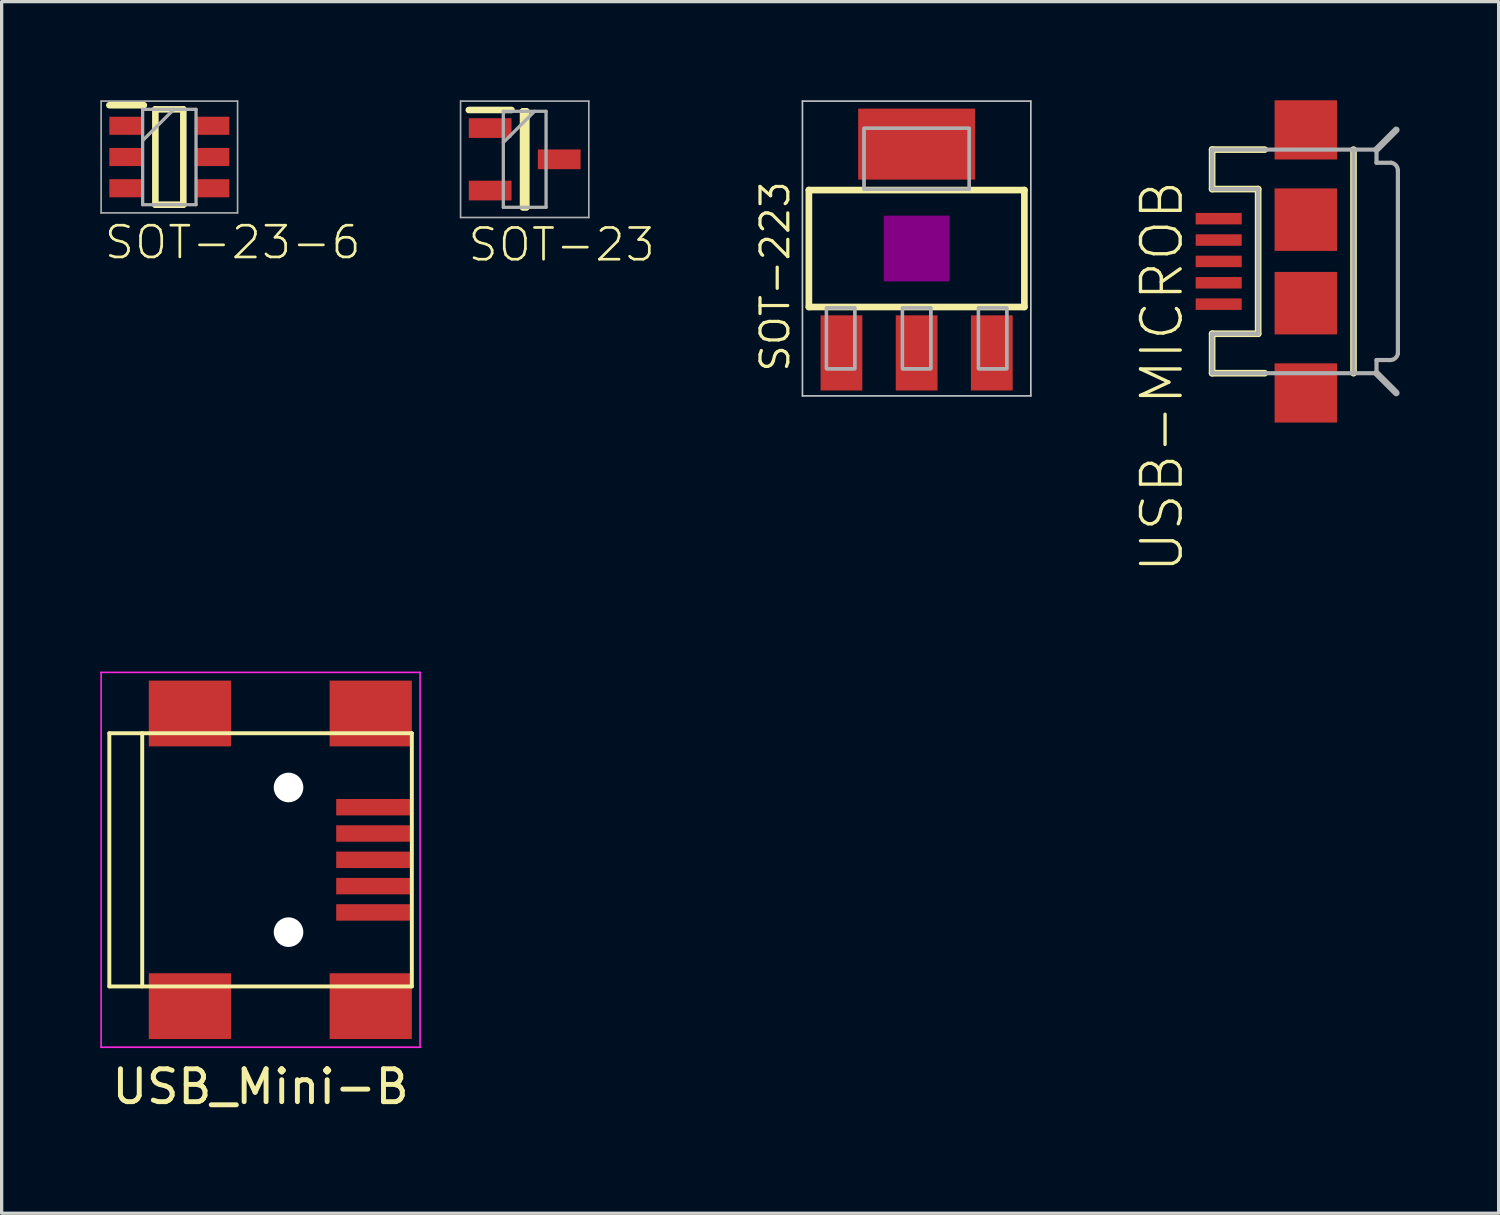
<source format=kicad_pcb>
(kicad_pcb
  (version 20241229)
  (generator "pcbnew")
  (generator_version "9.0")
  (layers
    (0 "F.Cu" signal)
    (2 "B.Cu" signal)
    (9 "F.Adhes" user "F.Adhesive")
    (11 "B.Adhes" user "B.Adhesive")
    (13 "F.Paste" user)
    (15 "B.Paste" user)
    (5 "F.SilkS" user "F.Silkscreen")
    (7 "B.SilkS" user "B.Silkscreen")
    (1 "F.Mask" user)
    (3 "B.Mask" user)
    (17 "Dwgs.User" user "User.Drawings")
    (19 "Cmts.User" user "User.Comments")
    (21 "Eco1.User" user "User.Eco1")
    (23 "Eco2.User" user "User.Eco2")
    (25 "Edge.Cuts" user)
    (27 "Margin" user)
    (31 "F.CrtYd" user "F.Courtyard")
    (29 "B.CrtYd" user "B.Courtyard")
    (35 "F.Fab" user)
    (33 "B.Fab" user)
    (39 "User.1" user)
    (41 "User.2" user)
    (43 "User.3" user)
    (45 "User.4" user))
  (footprint "SOT-223"
    (layer "F.Cu")
    (at 24.827 4.508)
    (property "Reference" "SOT-223" (at -3.81 3.81 90) (layer "F.SilkS") (effects (font (size 0.845 0.845) (thickness 0.098)) (justify left bottom)))
    (attr through_hole)
    (fp_line (start -3.277 -1.778) (end 3.277 -1.778) (stroke (width 0.203) (type solid)) (layer "F.SilkS"))
    (fp_line (start -3.277 1.778) (end -3.277 -1.778) (stroke (width 0.203) (type solid)) (layer "F.SilkS"))
    (fp_line (start 3.277 -1.778) (end 3.277 1.778) (stroke (width 0.203) (type solid)) (layer "F.SilkS"))
    (fp_line (start 3.277 1.778) (end -3.277 1.778) (stroke (width 0.203) (type solid)) (layer "F.SilkS"))
    (fp_poly (pts (xy -1 1) (xy 1 1) (xy 1 -1) (xy -1 -1)) (stroke (width 0) (type solid)) (fill yes) (layer "F.Adhes"))
    (fp_line (start -3.473 -4.483) (end 3.473 -4.483) (stroke (width 0.051) (type solid)) (layer "Dwgs.User"))
    (fp_line (start -3.473 4.483) (end -3.473 -4.483) (stroke (width 0.051) (type solid)) (layer "Dwgs.User"))
    (fp_line (start 3.473 -4.483) (end 3.473 4.483) (stroke (width 0.051) (type solid)) (layer "Dwgs.User"))
    (fp_line (start 3.473 4.483) (end -3.473 4.483) (stroke (width 0.051) (type solid)) (layer "Dwgs.User"))
    (fp_poly (pts (xy -2.743 3.658) (xy -1.88 3.658) (xy -1.88 1.803) (xy -2.743 1.803)) (stroke (width 0.1) (type solid)) (fill no) (layer "F.Fab"))
    (fp_poly (pts (xy -2.743 3.658) (xy -1.88 3.658) (xy -1.88 1.803) (xy -2.743 1.803)) (stroke (width 0.1) (type solid)) (fill no) (layer "F.Fab"))
    (fp_poly (pts (xy -1.6 -1.803) (xy 1.6 -1.803) (xy 1.6 -3.658) (xy -1.6 -3.658)) (stroke (width 0.1) (type solid)) (fill no) (layer "F.Fab"))
    (fp_poly (pts (xy -1.6 -1.803) (xy 1.6 -1.803) (xy 1.6 -3.658) (xy -1.6 -3.658)) (stroke (width 0.1) (type solid)) (fill no) (layer "F.Fab"))
    (fp_poly (pts (xy -0.432 3.658) (xy 0.432 3.658) (xy 0.432 1.803) (xy -0.432 1.803)) (stroke (width 0.1) (type solid)) (fill no) (layer "F.Fab"))
    (fp_poly (pts (xy -0.432 3.658) (xy 0.432 3.658) (xy 0.432 1.803) (xy -0.432 1.803)) (stroke (width 0.1) (type solid)) (fill no) (layer "F.Fab"))
    (fp_poly (pts (xy 1.88 3.658) (xy 2.743 3.658) (xy 2.743 1.803) (xy 1.88 1.803)) (stroke (width 0.1) (type solid)) (fill no) (layer "F.Fab"))
    (fp_poly (pts (xy 1.88 3.658) (xy 2.743 3.658) (xy 2.743 1.803) (xy 1.88 1.803)) (stroke (width 0.1) (type solid)) (fill no) (layer "F.Fab"))
    (pad "1" smd rect (at -2.286 3.175) (size 1.27 2.286) (layers "F.Cu" "F.Mask" "F.Paste"))
    (pad "2" smd rect (at 0 3.175) (size 1.27 2.286) (layers "F.Cu" "F.Mask" "F.Paste"))
    (pad "3" smd rect (at 2.286 3.175) (size 1.27 2.286) (layers "F.Cu" "F.Mask" "F.Paste"))
    (pad "TER" smd rect (at 0 -3.175) (size 3.556 2.159) (layers "F.Cu" "F.Mask" "F.Paste")))
  (footprint "SOT-23"
    (layer "F.Cu")
    (at 12.907 1.795)
    (property "Reference" "SOT-23" (at -1.778 2.032 0) (layer "F.SilkS") (effects (font (size 0.965 0.965) (thickness 0.081)) (justify left top)))
    (attr through_hole)
    (fp_line (start -1.7 -1.5) (end -0.4 -1.5) (stroke (width 0.2) (type solid)) (layer "F.SilkS"))
    (fp_line (start -0.05 -1.46) (end 0.05 -1.46) (stroke (width 0.2) (type solid)) (layer "F.SilkS"))
    (fp_line (start -0.05 1.46) (end -0.05 -1.46) (stroke (width 0.2) (type solid)) (layer "F.SilkS"))
    (fp_line (start 0.05 -1.46) (end 0.05 1.46) (stroke (width 0.2) (type solid)) (layer "F.SilkS"))
    (fp_line (start 0.05 1.46) (end -0.05 1.46) (stroke (width 0.2) (type solid)) (layer "F.SilkS"))
    (fp_line (start -1.95 -1.77) (end 1.95 -1.77) (stroke (width 0.05) (type solid)) (layer "F.Fab"))
    (fp_line (start -1.95 1.77) (end -1.95 -1.77) (stroke (width 0.05) (type solid)) (layer "F.Fab"))
    (fp_line (start -0.65 -1.46) (end 0.65 -1.46) (stroke (width 0.1) (type solid)) (layer "F.Fab"))
    (fp_line (start -0.65 -0.51) (end 0.3 -1.46) (stroke (width 0.1) (type solid)) (layer "F.Fab"))
    (fp_line (start -0.65 1.46) (end -0.65 -1.46) (stroke (width 0.1) (type solid)) (layer "F.Fab"))
    (fp_line (start 0.65 -1.46) (end 0.65 1.46) (stroke (width 0.1) (type solid)) (layer "F.Fab"))
    (fp_line (start 0.65 1.46) (end -0.65 1.46) (stroke (width 0.1) (type solid)) (layer "F.Fab"))
    (fp_line (start 1.95 -1.77) (end 1.95 1.77) (stroke (width 0.05) (type solid)) (layer "F.Fab"))
    (fp_line (start 1.95 1.77) (end -1.95 1.77) (stroke (width 0.05) (type solid)) (layer "F.Fab"))
    (pad "1" smd rect (at -1.05 -0.95) (size 1.3 0.6) (layers "F.Cu" "F.Mask" "F.Paste"))
    (pad "2" smd rect (at -1.05 0.95) (size 1.3 0.6) (layers "F.Cu" "F.Mask" "F.Paste"))
    (pad "3" smd rect (at 1.05 0) (size 1.3 0.6) (layers "F.Cu" "F.Mask" "F.Paste")))
  (footprint "USB_Mini-B"
    (layer "F.Cu")
    (at 5.525 23.099)
    (property "Reference" "USB_Mini-B" (at -0.65 6.9 0) (layer "F.SilkS") (effects (font (size 1 1) (thickness 0.15))))
    (attr smd)
    (fp_line (start -5.25 -3.85) (end -5.25 3.85) (stroke (width 0.12) (type solid)) (layer "F.SilkS"))
    (fp_line (start -5.25 3.85) (end 3.95 3.85) (stroke (width 0.12) (type solid)) (layer "F.SilkS"))
    (fp_line (start -4.25 -3.85) (end -4.25 3.85) (stroke (width 0.12) (type solid)) (layer "F.SilkS"))
    (fp_line (start 3.95 -3.85) (end -5.25 -3.85) (stroke (width 0.12) (type solid)) (layer "F.SilkS"))
    (fp_line (start 3.95 3.85) (end 3.95 -3.85) (stroke (width 0.12) (type solid)) (layer "F.SilkS"))
    (fp_line (start -5.5 -5.7) (end 4.2 -5.7) (stroke (width 0.05) (type solid)) (layer "F.CrtYd"))
    (fp_line (start -5.5 5.7) (end -5.5 -5.7) (stroke (width 0.05) (type solid)) (layer "F.CrtYd"))
    (fp_line (start 4.2 -5.7) (end 4.2 5.7) (stroke (width 0.05) (type solid)) (layer "F.CrtYd"))
    (fp_line (start 4.2 5.7) (end -5.5 5.7) (stroke (width 0.05) (type solid)) (layer "F.CrtYd"))
    (pad "" np_thru_hole circle (at 0.2 -2.2) (size 0.9 0.9) (drill 0.9) (layers "*.Cu" "*.Mask"))
    (pad "" np_thru_hole circle (at 0.2 2.2) (size 0.9 0.9) (drill 0.9) (layers "*.Cu" "*.Mask"))
    (pad "D+" smd rect (at 2.8 0) (size 2.3 0.5) (layers "F.Cu" "F.Mask" "F.Paste"))
    (pad "D-" smd rect (at 2.8 -0.8) (size 2.3 0.5) (layers "F.Cu" "F.Mask" "F.Paste"))
    (pad "GND" smd rect (at 2.8 1.6) (size 2.3 0.5) (layers "F.Cu" "F.Mask" "F.Paste"))
    (pad "ID" smd rect (at 2.8 0.8) (size 2.3 0.5) (layers "F.Cu" "F.Mask" "F.Paste"))
    (pad "S1" smd rect (at -2.8 -4.45) (size 2.5 2) (layers "F.Cu" "F.Mask" "F.Paste"))
    (pad "S2" smd rect (at 2.7 -4.45) (size 2.5 2) (layers "F.Cu" "F.Mask" "F.Paste"))
    (pad "S3" smd rect (at -2.8 4.45) (size 2.5 2) (layers "F.Cu" "F.Mask" "F.Paste"))
    (pad "S4" smd rect (at 2.7 4.45) (size 2.5 2) (layers "F.Cu" "F.Mask" "F.Paste"))
    (pad "VBUS" smd rect (at 2.8 -1.6) (size 2.3 0.5) (layers "F.Cu" "F.Mask" "F.Paste")))
  (footprint "SOT-23-6"
    (layer "F.Cu")
    (at 2.1 1.725)
    (property "Reference" "SOT-23-6" (at -2.032 2.032 0) (layer "F.SilkS") (effects (font (size 0.965 0.965) (thickness 0.081)) (justify left top)))
    (attr through_hole)
    (fp_line (start -1.825 -1.575) (end -0.775 -1.575) (stroke (width 0.2) (type solid)) (layer "F.SilkS"))
    (fp_line (start -0.425 -1.45) (end 0.425 -1.45) (stroke (width 0.2) (type solid)) (layer "F.SilkS"))
    (fp_line (start -0.425 1.45) (end -0.425 -1.45) (stroke (width 0.2) (type solid)) (layer "F.SilkS"))
    (fp_line (start 0.425 -1.45) (end 0.425 1.45) (stroke (width 0.2) (type solid)) (layer "F.SilkS"))
    (fp_line (start 0.425 1.45) (end -0.425 1.45) (stroke (width 0.2) (type solid)) (layer "F.SilkS"))
    (fp_line (start -2.075 -1.7) (end 2.075 -1.7) (stroke (width 0.05) (type solid)) (layer "F.Fab"))
    (fp_line (start -2.075 1.7) (end -2.075 -1.7) (stroke (width 0.05) (type solid)) (layer "F.Fab"))
    (fp_line (start -0.812 -1.45) (end 0.812 -1.45) (stroke (width 0.1) (type solid)) (layer "F.Fab"))
    (fp_line (start -0.812 -0.5) (end 0.138 -1.45) (stroke (width 0.1) (type solid)) (layer "F.Fab"))
    (fp_line (start -0.812 1.45) (end -0.812 -1.45) (stroke (width 0.1) (type solid)) (layer "F.Fab"))
    (fp_line (start 0.812 -1.45) (end 0.812 1.45) (stroke (width 0.1) (type solid)) (layer "F.Fab"))
    (fp_line (start 0.812 1.45) (end -0.812 1.45) (stroke (width 0.1) (type solid)) (layer "F.Fab"))
    (fp_line (start 2.075 -1.7) (end 2.075 1.7) (stroke (width 0.05) (type solid)) (layer "F.Fab"))
    (fp_line (start 2.075 1.7) (end -2.075 1.7) (stroke (width 0.05) (type solid)) (layer "F.Fab"))
    (pad "1" smd rect (at -1.3 -0.95) (size 1.05 0.55) (layers "F.Cu" "F.Mask" "F.Paste"))
    (pad "2" smd rect (at -1.3 0) (size 1.05 0.55) (layers "F.Cu" "F.Mask" "F.Paste"))
    (pad "3" smd rect (at -1.3 0.95) (size 1.05 0.55) (layers "F.Cu" "F.Mask" "F.Paste"))
    (pad "4" smd rect (at 1.3 0.95) (size 1.05 0.55) (layers "F.Cu" "F.Mask" "F.Paste"))
    (pad "5" smd rect (at 1.3 0) (size 1.05 0.55) (layers "F.Cu" "F.Mask" "F.Paste"))
    (pad "6" smd rect (at 1.3 -0.95) (size 1.05 0.55) (layers "F.Cu" "F.Mask" "F.Paste")))
  (footprint "USB-MICROB"
    (layer "F.Cu")
    (at 36.663 4.9)
    (property "Reference" "USB-MICROB" (at -5.08 -2.54 90) (layer "F.SilkS") (effects (font (size 1.206 1.206) (thickness 0.102)) (justify right top)))
    (attr through_hole)
    (fp_line (start -2.85 -3.4) (end -2.85 -2.2) (stroke (width 0.203) (type solid)) (layer "F.SilkS"))
    (fp_line (start -2.85 2.2) (end -1.45 2.2) (stroke (width 0.203) (type solid)) (layer "F.SilkS"))
    (fp_line (start -2.85 3.4) (end -2.85 2.2) (stroke (width 0.203) (type solid)) (layer "F.SilkS"))
    (fp_line (start -1.45 -2.2) (end -2.85 -2.2) (stroke (width 0.203) (type solid)) (layer "F.SilkS"))
    (fp_line (start -1.45 2.2) (end -1.45 -2.2) (stroke (width 0.203) (type solid)) (layer "F.SilkS"))
    (fp_line (start -1.25 -3.4) (end -2.85 -3.4) (stroke (width 0.203) (type solid)) (layer "F.SilkS"))
    (fp_line (start -1.25 3.4) (end -2.85 3.4) (stroke (width 0.203) (type solid)) (layer "F.SilkS"))
    (fp_line (start 1.45 3.4) (end 1.45 -3.4) (stroke (width 0.203) (type solid)) (layer "F.SilkS"))
    (fp_line (start -2.85 -3.4) (end -2.85 -2.2) (stroke (width 0.127) (type solid)) (layer "F.Fab"))
    (fp_line (start -2.85 -3.4) (end 1.45 -3.4) (stroke (width 0.127) (type solid)) (layer "F.Fab"))
    (fp_line (start -2.85 3.4) (end -2.85 2.2) (stroke (width 0.127) (type solid)) (layer "F.Fab"))
    (fp_line (start -1.45 -2.2) (end -2.85 -2.2) (stroke (width 0.127) (type solid)) (layer "F.Fab"))
    (fp_line (start -1.45 2.2) (end -2.85 2.2) (stroke (width 0.127) (type solid)) (layer "F.Fab"))
    (fp_line (start -1.45 2.2) (end -1.45 -2.2) (stroke (width 0.127) (type solid)) (layer "F.Fab"))
    (fp_line (start 1.45 -3.4) (end 2.15 -3.4) (stroke (width 0.127) (type solid)) (layer "F.Fab"))
    (fp_line (start 1.45 3.4) (end -2.85 3.4) (stroke (width 0.127) (type solid)) (layer "F.Fab"))
    (fp_line (start 1.45 3.4) (end 1.45 -3.4) (stroke (width 0.127) (type solid)) (layer "F.Fab"))
    (fp_line (start 2.15 -3.4) (end 2.75 -4) (stroke (width 0.203) (type solid)) (layer "F.Fab"))
    (fp_line (start 2.15 -3) (end 2.15 -3.4) (stroke (width 0.127) (type solid)) (layer "F.Fab"))
    (fp_line (start 2.15 3) (end 2.55 3) (stroke (width 0.127) (type solid)) (layer "F.Fab"))
    (fp_line (start 2.15 3.4) (end 1.45 3.4) (stroke (width 0.127) (type solid)) (layer "F.Fab"))
    (fp_line (start 2.15 3.4) (end 2.15 3) (stroke (width 0.127) (type solid)) (layer "F.Fab"))
    (fp_line (start 2.15 3.4) (end 2.75 4) (stroke (width 0.203) (type solid)) (layer "F.Fab"))
    (fp_line (start 2.6 -3) (end 2.15 -3) (stroke (width 0.127) (type solid)) (layer "F.Fab"))
    (fp_line (start 2.8 2.8) (end 2.8 -2.75) (stroke (width 0.127) (type solid)) (layer "F.Fab"))
    (fp_arc (start 2.599998 -3) (mid 2.748325 -2.913661) (end 2.8 -2.75) (stroke (width 0.127) (type solid)) (layer "F.Fab"))
    (fp_arc (start 2.8 2.799998) (mid 2.713661 2.948325) (end 2.55 3) (stroke (width 0.127) (type solid)) (layer "F.Fab"))
    (pad "D+" smd rect (at -2.65 0 180) (size 1.4 0.35) (layers "F.Cu" "F.Mask" "F.Paste"))
    (pad "D-" smd rect (at -2.65 0.65 180) (size 1.4 0.35) (layers "F.Cu" "F.Mask" "F.Paste"))
    (pad "GND" smd rect (at -2.65 -1.3 180) (size 1.4 0.35) (layers "F.Cu" "F.Mask" "F.Paste"))
    (pad "ID" smd rect (at -2.65 -0.65 180) (size 1.4 0.35) (layers "F.Cu" "F.Mask" "F.Paste"))
    (pad "MT1" smd rect (at 0 4 90) (size 1.8 1.9) (layers "F.Cu" "F.Mask" "F.Paste"))
    (pad "MT2" smd rect (at 0 -4 90) (size 1.8 1.9) (layers "F.Cu" "F.Mask" "F.Paste"))
    (pad "P$1" smd rect (at 0 1.27 90) (size 1.9 1.9) (layers "F.Cu" "F.Mask" "F.Paste"))
    (pad "P$2" smd rect (at 0 -1.27 90) (size 1.9 1.9) (layers "F.Cu" "F.Mask" "F.Paste"))
    (pad "VBUS" smd rect (at -2.65 1.3 180) (size 1.4 0.35) (layers "F.Cu" "F.Mask" "F.Paste")))
  (gr_rect
    (start -3 -3)
    (end 42.527 33.847)
    (stroke (width 0.1) (type default))
    (fill no)
    (layer "Edge.Cuts")))
</source>
